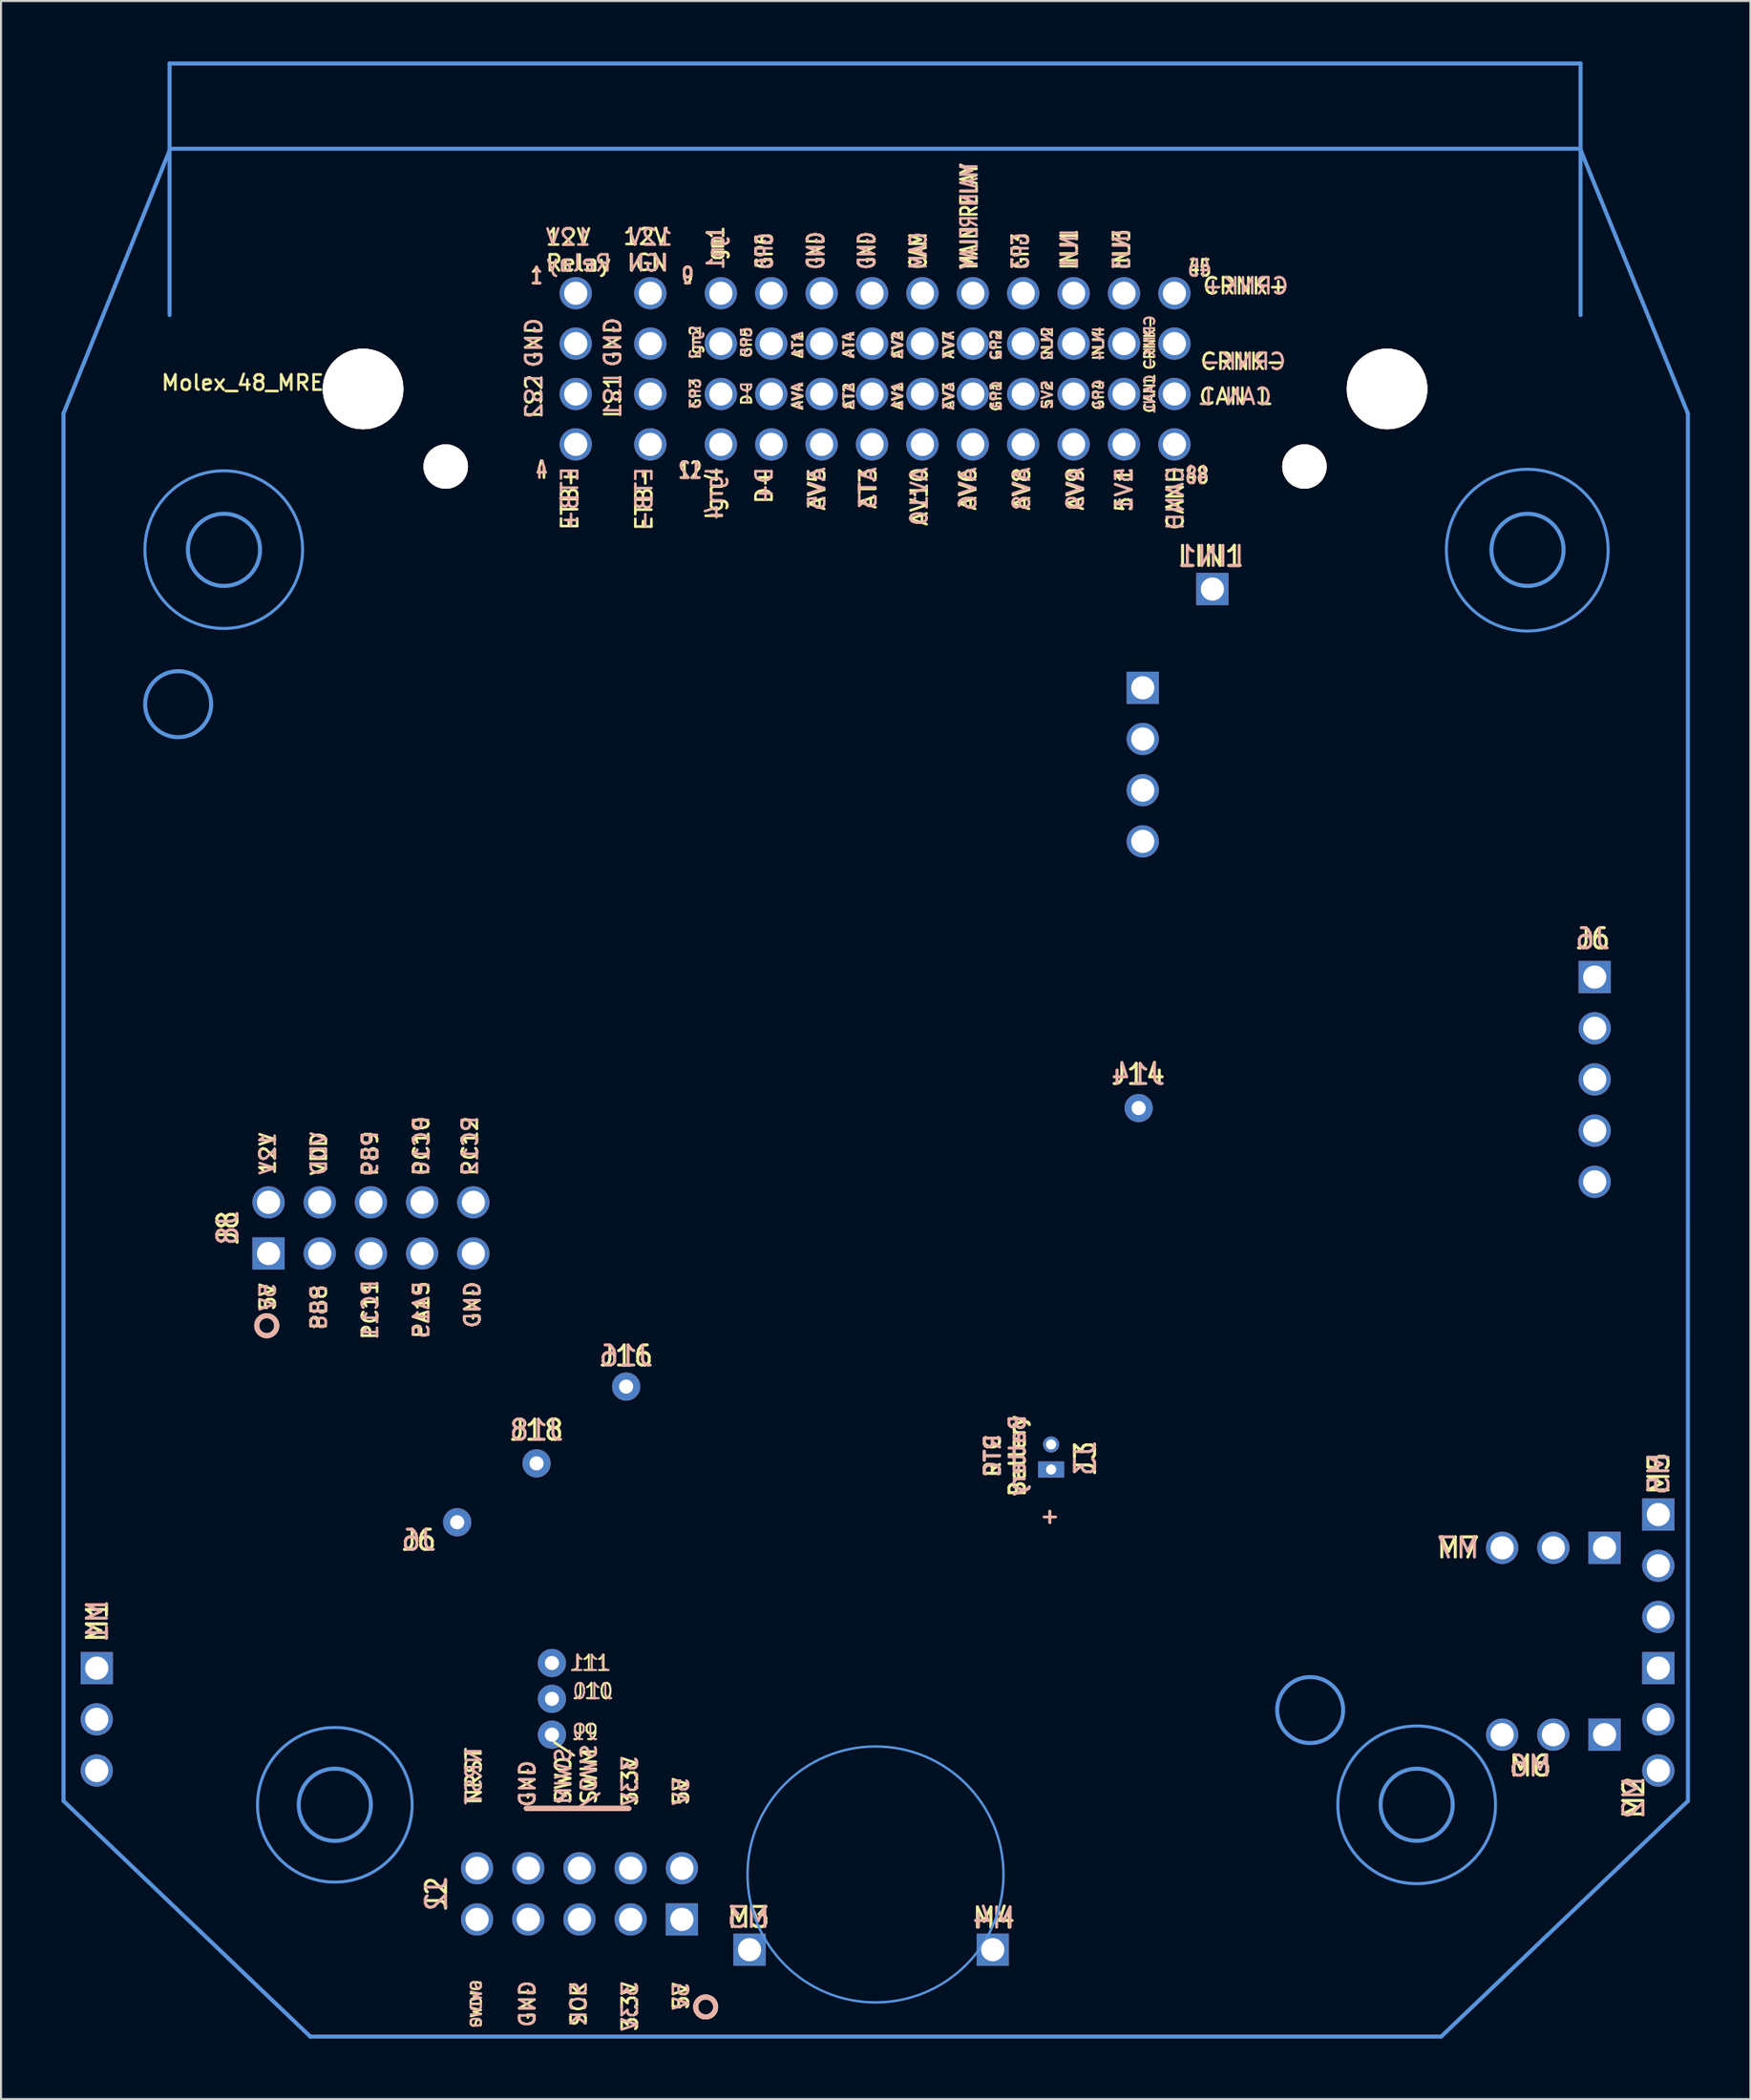
<source format=kicad_pcb>
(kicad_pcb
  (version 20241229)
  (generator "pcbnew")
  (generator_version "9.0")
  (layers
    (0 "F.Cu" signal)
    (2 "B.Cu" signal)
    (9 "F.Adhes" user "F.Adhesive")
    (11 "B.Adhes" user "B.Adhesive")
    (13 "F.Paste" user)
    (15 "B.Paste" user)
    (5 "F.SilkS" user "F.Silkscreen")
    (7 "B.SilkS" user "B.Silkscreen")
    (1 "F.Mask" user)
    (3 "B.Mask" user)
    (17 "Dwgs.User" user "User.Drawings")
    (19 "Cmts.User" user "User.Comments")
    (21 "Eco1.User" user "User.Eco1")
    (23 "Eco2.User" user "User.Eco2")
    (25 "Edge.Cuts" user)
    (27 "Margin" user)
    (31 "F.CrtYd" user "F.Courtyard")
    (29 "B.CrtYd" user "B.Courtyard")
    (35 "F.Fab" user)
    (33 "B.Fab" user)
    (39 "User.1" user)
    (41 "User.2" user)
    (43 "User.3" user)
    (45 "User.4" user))
  (footprint "Molex_48_MRE"
    (layer "F.Cu")
    (at 25.474 11.497)
    (property "Reference" "Molex_48_MRE" (at -16.485 4.445 0) (layer "F.SilkS") (effects (font (size 0.75 0.75) (thickness 0.13))))
    (attr through_hole)
    (fp_line (start -2.413 75.184) (end 2.667 75.184) (stroke (width 0.254) (type solid)) (layer "F.SilkS"))
    (fp_circle (center -15.291 51.232) (end -14.973 51.613) (stroke (width 0.25) (type solid)) (fill no) (layer "F.SilkS"))
    (fp_circle (center 6.485 85.037) (end 6.802 85.418) (stroke (width 0.25) (type solid)) (fill no) (layer "F.SilkS"))
    (fp_line (start -2.413 75.184) (end 2.667 75.184) (stroke (width 0.254) (type solid)) (layer "B.SilkS"))
    (fp_circle (center -15.291 51.232) (end -14.795 51.232) (stroke (width 0.25) (type solid)) (fill no) (layer "B.SilkS"))
    (fp_circle (center 6.485 85.037) (end 6.981 85.037) (stroke (width 0.25) (type solid)) (fill no) (layer "B.SilkS"))
    (fp_line (start -25.374 5.973) (end -25.372 74.816) (stroke (width 0.2) (type solid)) (layer "Cmts.User"))
    (fp_line (start -25.374 5.973) (end -20.078 -7.166) (stroke (width 0.2) (type solid)) (layer "Cmts.User"))
    (fp_line (start -20.111 -11.397) (end -20.111 1.086) (stroke (width 0.2) (type solid)) (layer "Cmts.User"))
    (fp_line (start -20.078 -7.166) (end 49.867 -7.166) (stroke (width 0.2) (type solid)) (layer "Cmts.User"))
    (fp_line (start -13.129 86.507) (end -25.372 74.816) (stroke (width 0.2) (type solid)) (layer "Cmts.User"))
    (fp_line (start -13.129 86.507) (end 42.973 86.507) (stroke (width 0.2) (type solid)) (layer "Cmts.User"))
    (fp_line (start 49.867 -7.166) (end 55.214 5.973) (stroke (width 0.2) (type solid)) (layer "Cmts.User"))
    (fp_line (start 49.889 -11.397) (end -20.111 -11.397) (stroke (width 0.2) (type solid)) (layer "Cmts.User"))
    (fp_line (start 49.889 -11.397) (end 49.889 1.086) (stroke (width 0.2) (type solid)) (layer "Cmts.User"))
    (fp_line (start 55.214 5.973) (end 55.216 74.816) (stroke (width 0.2) (type solid)) (layer "Cmts.User"))
    (fp_line (start 55.216 74.816) (end 42.973 86.507) (stroke (width 0.2) (type solid)) (layer "Cmts.User"))
    (fp_circle (center -19.686 20.394) (end -18.048 20.394) (stroke (width 0.2) (type solid)) (fill no) (layer "Cmts.User"))
    (fp_circle (center -17.424 12.725) (end -13.513 12.725) (stroke (width 0.15) (type solid)) (fill no) (layer "Cmts.User"))
    (fp_circle (center -17.413 12.736) (end -15.622 12.736) (stroke (width 0.2) (type solid)) (fill no) (layer "Cmts.User"))
    (fp_circle (center -11.914 75.004) (end -10.123 75.004) (stroke (width 0.2) (type solid)) (fill no) (layer "Cmts.User"))
    (fp_circle (center -11.913 75.006) (end -15.748 75.006) (stroke (width 0.15) (type solid)) (fill no) (layer "Cmts.User"))
    (fp_circle (center 14.91 78.461) (end 21.26 78.461) (stroke (width 0.12) (type solid)) (fill no) (layer "Cmts.User"))
    (fp_circle (center 36.474 70.305) (end 38.112 70.305) (stroke (width 0.2) (type solid)) (fill no) (layer "Cmts.User"))
    (fp_circle (center 41.757 75.004) (end 43.547 75.004) (stroke (width 0.2) (type solid)) (fill no) (layer "Cmts.User"))
    (fp_circle (center 41.758 75.006) (end 37.846 75.006) (stroke (width 0.15) (type solid)) (fill no) (layer "Cmts.User"))
    (fp_circle (center 47.244 12.751) (end 51.257 12.751) (stroke (width 0.15) (type solid)) (fill no) (layer "Cmts.User"))
    (fp_circle (center 47.256 12.736) (end 49.046 12.736) (stroke (width 0.2) (type solid)) (fill no) (layer "Cmts.User"))
    (fp_text user "12V\nIGN" (at 4.699 -2.159 0) (layer "F.SilkS") (effects (font (size 0.8 0.8) (thickness 0.13)) (justify right)))
    (fp_text user "GND" (at 11.953 -1.113 90) (layer "F.SilkS") (effects (font (size 0.8 0.6) (thickness 0.13)) (justify left)))
    (fp_text user "SWDIO" (at -4.895 84.884 270) (layer "F.SilkS") (effects (font (size 0.508 0.508) (thickness 0.102))))
    (fp_text user "GND" (at 1.88 2.438 90) (layer "F.SilkS") (effects (font (size 0.8 0.8) (thickness 0.127))))
    (fp_text user "45" (at 30.988 -1.245 0) (layer "F.SilkS") (effects (font (size 0.8 0.6) (thickness 0.13))))
    (fp_text user "5V2" (at 23.431 5.042 90) (layer "F.SilkS") (effects (font (size 0.508 0.508) (thickness 0.102))))
    (fp_text user "INJ3" (at 27.126 -1.113 90) (layer "F.SilkS") (effects (font (size 0.8 0.6) (thickness 0.13)) (justify left)))
    (fp_text user "J9" (at 0.508 71.399 0) (layer "F.SilkS") (effects (font (size 0.762 0.762) (thickness 0.102))))
    (fp_text user "INJ4" (at 25.971 2.502 90) (layer "F.SilkS") (effects (font (size 0.508 0.508) (thickness 0.102))))
    (fp_text user "SWO/" (at -0.577 73.406 270) (layer "F.SilkS") (effects (font (size 0.75 0.75) (thickness 0.13))))
    (fp_text user "GND" (at -2.355 73.962 270) (layer "F.SilkS") (effects (font (size 0.75 0.75) (thickness 0.13))))
    (fp_text user "GP1" (at 20.892 5.105 90) (layer "F.SilkS") (effects (font (size 0.508 0.508) (thickness 0.102))))
    (fp_text user "INJ1" (at 24.526 -1.113 90) (layer "F.SilkS") (effects (font (size 0.8 0.6) (thickness 0.13)) (justify left)))
    (fp_text user "CANH" (at 29.782 8.508 90) (layer "F.SilkS") (effects (font (size 0.8 0.8) (thickness 0.13)) (justify right)))
    (fp_text user "Ign1" (at 6.985 -1.27 90) (layer "F.SilkS") (effects (font (size 0.8 0.6) (thickness 0.13)) (justify left)))
    (fp_text user "J6" (at -7.747 61.874 0) (layer "F.SilkS") (effects (font (size 1 1) (thickness 0.15))))
    (fp_text user "AT2" (at 13.589 5.105 90) (layer "F.SilkS") (effects (font (size 0.508 0.508) (thickness 0.102))))
    (fp_text user "GP2" (at 20.892 2.565 90) (layer "F.SilkS") (effects (font (size 0.508 0.508) (thickness 0.102))))
    (fp_text user "RTC\nBattery\n" (at 21.336 57.683 90) (layer "F.SilkS") (effects (font (size 0.762 0.762) (thickness 0.152))))
    (fp_text user "AT3" (at 14.541 8.558 90) (layer "F.SilkS") (effects (font (size 0.8 0.8) (thickness 0.13)) (justify right)))
    (fp_text user "M5" (at 53.772 58.572 90) (layer "F.SilkS") (effects (font (size 1 1) (thickness 0.15))))
    (fp_text user "GND" (at 14.478 -1.113 90) (layer "F.SilkS") (effects (font (size 0.8 0.6) (thickness 0.13)) (justify left)))
    (fp_text user "J8" (at -17.221 46.38 90) (layer "F.SilkS") (effects (font (size 1 1) (thickness 0.15))))
    (fp_text user "J6" (at 50.495 32.029 0) (layer "F.SilkS") (effects (font (size 1 1) (thickness 0.15))))
    (fp_text user "CAN L" (at 32.766 5.127 0) (layer "F.SilkS") (effects (font (size 0.8 0.8) (thickness 0.13))))
    (fp_text user "ETB+" (at -0.254 10.185 90) (layer "F.SilkS") (effects (font (size 0.8 0.8) (thickness 0.13))))
    (fp_text user "PB8" (at -12.7 50.317 270) (layer "F.SilkS") (effects (font (size 0.75 0.75) (thickness 0.13))))
    (fp_text user "M1" (at -23.698 65.888 90) (layer "F.SilkS") (effects (font (size 1 1) (thickness 0.15))))
    (fp_text user "INJ2" (at 23.431 2.502 90) (layer "F.SilkS") (effects (font (size 0.508 0.508) (thickness 0.102))))
    (fp_text user "9" (at 5.588 -0.864 0) (layer "F.SilkS") (effects (font (size 0.8 0.6) (thickness 0.13))))
    (fp_text user "AT1" (at 11.049 2.565 90) (layer "F.SilkS") (effects (font (size 0.508 0.508) (thickness 0.102))))
    (fp_text user "AV3" (at 18.542 5.105 90) (layer "F.SilkS") (effects (font (size 0.508 0.508) (thickness 0.102))))
    (fp_text user "GND" (at -5.08 50.19 270) (layer "F.SilkS") (effects (font (size 0.75 0.75) (thickness 0.13))))
    (fp_text user "GND" (at -2.355 84.884 270) (layer "F.SilkS") (effects (font (size 0.75 0.75) (thickness 0.13))))
    (fp_text user "PA15" (at -7.62 50.444 270) (layer "F.SilkS") (effects (font (size 0.75 0.75) (thickness 0.13))))
    (fp_text user "J11" (at 0.762 67.97 0) (layer "F.SilkS") (effects (font (size 0.762 0.762) (thickness 0.102))))
    (fp_text user "AV6" (at 19.494 8.558 90) (layer "F.SilkS") (effects (font (size 0.8 0.8) (thickness 0.13)) (justify right)))
    (fp_text user "Ign4" (at 6.921 8.558 90) (layer "F.SilkS") (effects (font (size 0.8 0.8) (thickness 0.13)) (justify right)))
    (fp_text user "J18" (at -1.905 56.413 0) (layer "F.SilkS") (effects (font (size 1 1) (thickness 0.15))))
    (fp_text user "GP6" (at 9.398 -1.113 90) (layer "F.SilkS") (effects (font (size 0.8 0.6) (thickness 0.13)) (justify left)))
    (fp_text user "GP3" (at 5.969 4.978 90) (layer "F.SilkS") (effects (font (size 0.508 0.508) (thickness 0.102))))
    (fp_text user "AV4" (at 11.049 5.105 90) (layer "F.SilkS") (effects (font (size 0.508 0.508) (thickness 0.102))))
    (fp_text user "SWIM" (at 0.693 73.581 270) (layer "F.SilkS") (effects (font (size 0.75 0.75) (thickness 0.13))))
    (fp_text user "CRNK-" (at 33.147 3.391 0) (layer "F.SilkS") (effects (font (size 0.8 0.8) (thickness 0.13))))
    (fp_text user "J3" (at 25.324 57.81 90) (layer "F.SilkS") (effects (font (size 1 1) (thickness 0.15))))
    (fp_text user "GP3" (at 22.098 -1.113 90) (layer "F.SilkS") (effects (font (size 0.8 0.6) (thickness 0.13)) (justify left)))
    (fp_text user "CAM" (at 17.033 -1.113 90) (layer "F.SilkS") (effects (font (size 0.8 0.6) (thickness 0.13)) (justify left)))
    (fp_text user "Ign2" (at 5.969 2.438 90) (layer "F.SilkS") (effects (font (size 0.508 0.508) (thickness 0.102))))
    (fp_text user "D+" (at 9.389 8.558 90) (layer "F.SilkS") (effects (font (size 0.8 0.8) (thickness 0.13)) (justify right)))
    (fp_text user "48" (at 30.861 9.042 0) (layer "F.SilkS") (effects (font (size 0.8 0.6) (thickness 0.13))))
    (fp_text user "SCK" (at 0.185 84.884 270) (layer "F.SilkS") (effects (font (size 0.75 0.75) (thickness 0.13))))
    (fp_text user "GND" (at -2.032 2.46 90) (layer "F.SilkS") (effects (font (size 0.8 0.8) (thickness 0.13))))
    (fp_text user "ETB-" (at 3.429 8.558 90) (layer "F.SilkS") (effects (font (size 0.8 0.8) (thickness 0.13)) (justify right)))
    (fp_text user "PC11" (at -10.16 50.444 270) (layer "F.SilkS") (effects (font (size 0.75 0.75) (thickness 0.13))))
    (fp_text user "4" (at -1.651 8.788 0) (layer "F.SilkS") (effects (font (size 0.8 0.6) (thickness 0.13))))
    (fp_text user "LS2" (at -2.032 5.127 90) (layer "F.SilkS") (effects (font (size 0.8 0.8) (thickness 0.13))))
    (fp_text user "AT4" (at 13.589 2.565 90) (layer "F.SilkS") (effects (font (size 0.508 0.508) (thickness 0.102))))
    (fp_text user "MAIN RELAY" (at 19.558 -1.113 90) (layer "F.SilkS") (effects (font (size 0.8 0.6) (thickness 0.13)) (justify left)))
    (fp_text user "PB9" (at -10.16 42.697 270) (layer "F.SilkS") (effects (font (size 0.75 0.75) (thickness 0.13))))
    (fp_text user "5V1" (at 27.241 8.558 90) (layer "F.SilkS") (effects (font (size 0.8 0.8) (thickness 0.13)) (justify right)))
    (fp_text user "CRNK-" (at 28.512 2.451 90) (layer "F.SilkS") (effects (font (size 0.508 0.508) (thickness 0.102))))
    (fp_text user "12" (at 5.715 8.788 0) (layer "F.SilkS") (effects (font (size 0.8 0.6) (thickness 0.13))))
    (fp_text user "3.3V" (at 2.725 85.011 270) (layer "F.SilkS") (effects (font (size 0.75 0.75) (thickness 0.13))))
    (fp_text user "J10" (at 0.889 69.367 0) (layer "F.SilkS") (effects (font (size 0.762 0.762) (thickness 0.102))))
    (fp_text user "M3" (at 8.611 80.594 0) (layer "F.SilkS") (effects (font (size 1 1) (thickness 0.15))))
    (fp_text user "AV9" (at 24.828 8.558 90) (layer "F.SilkS") (effects (font (size 0.8 0.8) (thickness 0.13)) (justify right)))
    (fp_text user "5V" (at 5.265 74.343 270) (layer "F.SilkS") (effects (font (size 0.75 0.75) (thickness 0.13))))
    (fp_text user "PC10" (at -7.62 42.316 270) (layer "F.SilkS") (effects (font (size 0.75 0.75) (thickness 0.13))))
    (fp_text user "12V\nRelay" (at -1.524 -2.134 0) (layer "F.SilkS") (effects (font (size 0.8 0.8) (thickness 0.13)) (justify left)))
    (fp_text user "J14" (at 27.94 38.76 0) (layer "F.SilkS") (effects (font (size 1 1) (thickness 0.15))))
    (fp_text user "3.3V" (at 2.725 73.835 270) (layer "F.SilkS") (effects (font (size 0.75 0.75) (thickness 0.13))))
    (fp_text user "M6" (at 47.396 73.076 0) (layer "F.SilkS") (effects (font (size 1 1) (thickness 0.15))))
    (fp_text user "D-" (at 8.509 4.978 90) (layer "F.SilkS") (effects (font (size 0.508 0.508) (thickness 0.102))))
    (fp_text user "5V" (at -15.24 49.809 270) (layer "F.SilkS") (effects (font (size 0.75 0.75) (thickness 0.13))))
    (fp_text user "J2" (at -6.876 79.423 90) (layer "F.SilkS") (effects (font (size 1 1) (thickness 0.15))))
    (fp_text user "CANL" (at 28.512 4.991 90) (layer "F.SilkS") (effects (font (size 0.508 0.508) (thickness 0.102))))
    (fp_text user "GP4" (at 25.971 5.042 90) (layer "F.SilkS") (effects (font (size 0.508 0.508) (thickness 0.102))))
    (fp_text user "AV5" (at 12.002 8.558 90) (layer "F.SilkS") (effects (font (size 0.8 0.8) (thickness 0.13)) (justify right)))
    (fp_text user "+" (at 23.558 60.668 0) (layer "F.SilkS") (effects (font (size 0.75 0.75) (thickness 0.13))))
    (fp_text user "M2" (at 52.527 74.651 90) (layer "F.SilkS") (effects (font (size 1 1) (thickness 0.15))))
    (fp_text user "12V" (at -15.24 42.697 270) (layer "F.SilkS") (effects (font (size 0.75 0.75) (thickness 0.13))))
    (fp_text user "AV8" (at 22.162 8.558 90) (layer "F.SilkS") (effects (font (size 0.8 0.8) (thickness 0.13)) (justify right)))
    (fp_text user "VDD" (at -12.7 42.697 270) (layer "F.SilkS") (effects (font (size 0.75 0.75) (thickness 0.13))))
    (fp_text user "M4" (at 20.777 80.62 0) (layer "F.SilkS") (effects (font (size 1 1) (thickness 0.15))))
    (fp_text user "AV7" (at 18.542 2.565 90) (layer "F.SilkS") (effects (font (size 0.508 0.508) (thickness 0.102))))
    (fp_text user "M7" (at 43.815 62.255 0) (layer "F.SilkS") (effects (font (size 1 1) (thickness 0.15))))
    (fp_text user "AV10" (at 17.081 8.558 90) (layer "F.SilkS") (effects (font (size 0.8 0.8) (thickness 0.13)) (justify right)))
    (fp_text user "AV2" (at 16.002 2.565 90) (layer "F.SilkS") (effects (font (size 0.508 0.508) (thickness 0.102))))
    (fp_text user "J16" (at 2.54 52.73 0) (layer "F.SilkS") (effects (font (size 1 1) (thickness 0.15))))
    (fp_text user "GP5" (at 8.509 2.438 90) (layer "F.SilkS") (effects (font (size 0.508 0.508) (thickness 0.102))))
    (fp_text user "1" (at -1.905 -0.864 0) (layer "F.SilkS") (effects (font (size 0.8 0.6) (thickness 0.13))))
    (fp_text user "AV1" (at 16.002 5.105 90) (layer "F.SilkS") (effects (font (size 0.508 0.508) (thickness 0.102))))
    (fp_text user "LS1" (at 1.88 5.105 90) (layer "F.SilkS") (effects (font (size 0.8 0.8) (thickness 0.127))))
    (fp_text user "LIN1" (at 31.547 13.056 0) (layer "F.SilkS") (effects (font (size 1 1) (thickness 0.15))))
    (fp_text user "NRST" (at -5.022 73.581 270) (layer "F.SilkS") (effects (font (size 0.75 0.75) (thickness 0.13))))
    (fp_text user "PC12" (at -5.207 42.316 270) (layer "F.SilkS") (effects (font (size 0.75 0.75) (thickness 0.13))))
    (fp_text user "CRNK+" (at 33.274 -0.356 0) (layer "F.SilkS") (effects (font (size 0.8 0.8) (thickness 0.13))))
    (fp_text user "5V" (at 5.265 84.503 270) (layer "F.SilkS") (effects (font (size 0.75 0.75) (thickness 0.13))))
    (fp_text user "M6" (at 47.396 73.076 0) (layer "B.SilkS") (effects (font (size 1 1) (thickness 0.15)) (justify mirror)))
    (fp_text user "AV4" (at 11.049 5.105 90) (layer "B.SilkS") (effects (font (size 0.508 0.508) (thickness 0.102)) (justify mirror)))
    (fp_text user "Ign2" (at 5.969 2.438 90) (layer "B.SilkS") (effects (font (size 0.508 0.508) (thickness 0.102)) (justify mirror)))
    (fp_text user "12V\nRelay" (at -1.524 -2.134 0) (layer "B.SilkS") (effects (font (size 0.8 0.8) (thickness 0.13)) (justify right mirror)))
    (fp_text user "MAIN RELAY" (at 19.558 -1.113 90) (layer "B.SilkS") (effects (font (size 0.8 0.6) (thickness 0.13)) (justify right mirror)))
    (fp_text user "Ign4" (at 6.921 8.558 90) (layer "B.SilkS") (effects (font (size 0.8 0.8) (thickness 0.13)) (justify left mirror)))
    (fp_text user "INJ4" (at 25.971 2.502 90) (layer "B.SilkS") (effects (font (size 0.508 0.508) (thickness 0.102)) (justify mirror)))
    (fp_text user "AV5" (at 12.002 8.558 90) (layer "B.SilkS") (effects (font (size 0.8 0.8) (thickness 0.13)) (justify left mirror)))
    (fp_text user "D-" (at 8.509 4.978 90) (layer "B.SilkS") (effects (font (size 0.508 0.508) (thickness 0.102)) (justify mirror)))
    (fp_text user "RTC\nBattery\n" (at 21.336 57.683 90) (layer "B.SilkS") (effects (font (size 0.762 0.762) (thickness 0.152)) (justify mirror)))
    (fp_text user "INJ2" (at 23.431 2.502 90) (layer "B.SilkS") (effects (font (size 0.508 0.508) (thickness 0.102)) (justify mirror)))
    (fp_text user "5V2" (at 23.431 5.042 90) (layer "B.SilkS") (effects (font (size 0.508 0.508) (thickness 0.102)) (justify mirror)))
    (fp_text user "INJ1" (at 24.526 -1.113 90) (layer "B.SilkS") (effects (font (size 0.8 0.6) (thickness 0.13)) (justify right mirror)))
    (fp_text user "PC10" (at -7.62 42.316 270) (layer "B.SilkS") (effects (font (size 0.75 0.75) (thickness 0.13)) (justify mirror)))
    (fp_text user "CAM" (at 17.033 -1.113 90) (layer "B.SilkS") (effects (font (size 0.8 0.6) (thickness 0.13)) (justify right mirror)))
    (fp_text user "AT4" (at 13.589 2.565 90) (layer "B.SilkS") (effects (font (size 0.508 0.508) (thickness 0.102)) (justify mirror)))
    (fp_text user "GND" (at 14.478 -1.113 90) (layer "B.SilkS") (effects (font (size 0.8 0.6) (thickness 0.13)) (justify right mirror)))
    (fp_text user "SWDIO" (at -4.895 84.884 270) (layer "B.SilkS") (effects (font (size 0.508 0.508) (thickness 0.102)) (justify mirror)))
    (fp_text user "5V" (at 5.265 74.343 270) (layer "B.SilkS") (effects (font (size 0.75 0.75) (thickness 0.13)) (justify mirror)))
    (fp_text user "M7" (at 43.815 62.255 0) (layer "B.SilkS") (effects (font (size 1 1) (thickness 0.15)) (justify mirror)))
    (fp_text user "GND" (at -2.032 2.46 90) (layer "B.SilkS") (effects (font (size 0.8 0.8) (thickness 0.13)) (justify mirror)))
    (fp_text user "LS2" (at -2.032 5.127 90) (layer "B.SilkS") (effects (font (size 0.8 0.8) (thickness 0.13)) (justify mirror)))
    (fp_text user "J18" (at -1.905 56.413 0) (layer "B.SilkS") (effects (font (size 1 1) (thickness 0.15)) (justify mirror)))
    (fp_text user "PB9" (at -10.16 42.697 270) (layer "B.SilkS") (effects (font (size 0.75 0.75) (thickness 0.13)) (justify mirror)))
    (fp_text user "PA15" (at -7.62 50.444 270) (layer "B.SilkS") (effects (font (size 0.75 0.75) (thickness 0.13)) (justify mirror)))
    (fp_text user "AV8" (at 22.162 8.558 90) (layer "B.SilkS") (effects (font (size 0.8 0.8) (thickness 0.13)) (justify left mirror)))
    (fp_text user "M3" (at 8.611 80.594 0) (layer "B.SilkS") (effects (font (size 1 1) (thickness 0.15)) (justify mirror)))
    (fp_text user "CANL" (at 28.512 4.991 90) (layer "B.SilkS") (effects (font (size 0.508 0.508) (thickness 0.102)) (justify mirror)))
    (fp_text user "9" (at 5.588 -0.864 0) (layer "B.SilkS") (effects (font (size 0.8 0.6) (thickness 0.13)) (justify mirror)))
    (fp_text user "GP2" (at 20.892 2.565 90) (layer "B.SilkS") (effects (font (size 0.508 0.508) (thickness 0.102)) (justify mirror)))
    (fp_text user "48" (at 30.861 9.042 0) (layer "B.SilkS") (effects (font (size 0.8 0.6) (thickness 0.13)) (justify mirror)))
    (fp_text user "J8" (at -17.221 46.38 90) (layer "B.SilkS") (effects (font (size 1 1) (thickness 0.15)) (justify mirror)))
    (fp_text user "5V" (at 5.265 84.503 270) (layer "B.SilkS") (effects (font (size 0.75 0.75) (thickness 0.13)) (justify mirror)))
    (fp_text user "PB8" (at -12.7 50.317 270) (layer "B.SilkS") (effects (font (size 0.75 0.75) (thickness 0.13)) (justify mirror)))
    (fp_text user "VDD" (at -12.7 42.697 270) (layer "B.SilkS") (effects (font (size 0.75 0.75) (thickness 0.13)) (justify mirror)))
    (fp_text user "D+" (at 9.389 8.558 90) (layer "B.SilkS") (effects (font (size 0.8 0.8) (thickness 0.13)) (justify left mirror)))
    (fp_text user "5V1" (at 27.241 8.558 90) (layer "B.SilkS") (effects (font (size 0.8 0.8) (thickness 0.13)) (justify left mirror)))
    (fp_text user "+" (at 23.558 60.668 0) (layer "B.SilkS") (effects (font (size 0.75 0.75) (thickness 0.13)) (justify mirror)))
    (fp_text user "GP1" (at 20.892 5.105 90) (layer "B.SilkS") (effects (font (size 0.508 0.508) (thickness 0.102)) (justify mirror)))
    (fp_text user "J2" (at -6.876 79.423 90) (layer "B.SilkS") (effects (font (size 1 1) (thickness 0.15)) (justify mirror)))
    (fp_text user "AV9" (at 24.828 8.558 90) (layer "B.SilkS") (effects (font (size 0.8 0.8) (thickness 0.13)) (justify left mirror)))
    (fp_text user "45" (at 30.988 -1.245 0) (layer "B.SilkS") (effects (font (size 0.8 0.6) (thickness 0.13)) (justify mirror)))
    (fp_text user "J16" (at 2.54 52.73 0) (layer "B.SilkS") (effects (font (size 1 1) (thickness 0.15)) (justify mirror)))
    (fp_text user "SWO/" (at 0.693 73.581 270) (layer "B.SilkS") (effects (font (size 0.75 0.75) (thickness 0.13)) (justify mirror)))
    (fp_text user "SWIM" (at -0.577 73.581 270) (layer "B.SilkS") (effects (font (size 0.75 0.75) (thickness 0.13)) (justify mirror)))
    (fp_text user "M1" (at -23.698 65.888 90) (layer "B.SilkS") (effects (font (size 1 1) (thickness 0.15)) (justify mirror)))
    (fp_text user "CRNK-" (at 33.147 3.391 0) (layer "B.SilkS") (effects (font (size 0.8 0.8) (thickness 0.13)) (justify mirror)))
    (fp_text user "J6" (at 50.495 32.029 0) (layer "B.SilkS") (effects (font (size 1 1) (thickness 0.15)) (justify mirror)))
    (fp_text user "AT1" (at 11.049 2.565 90) (layer "B.SilkS") (effects (font (size 0.508 0.508) (thickness 0.102)) (justify mirror)))
    (fp_text user "M5" (at 53.772 58.572 90) (layer "B.SilkS") (effects (font (size 1 1) (thickness 0.15)) (justify mirror)))
    (fp_text user "J3" (at 25.324 57.81 90) (layer "B.SilkS") (effects (font (size 1 1) (thickness 0.15)) (justify mirror)))
    (fp_text user "J10" (at 0.889 69.367 0) (layer "B.SilkS") (effects (font (size 0.762 0.762) (thickness 0.102)) (justify mirror)))
    (fp_text user "GND" (at 11.953 -1.113 90) (layer "B.SilkS") (effects (font (size 0.8 0.6) (thickness 0.13)) (justify right mirror)))
    (fp_text user "PC12" (at -5.207 42.316 270) (layer "B.SilkS") (effects (font (size 0.75 0.75) (thickness 0.13)) (justify mirror)))
    (fp_text user "AV3" (at 18.542 5.105 90) (layer "B.SilkS") (effects (font (size 0.508 0.508) (thickness 0.102)) (justify mirror)))
    (fp_text user "1" (at -1.905 -0.864 0) (layer "B.SilkS") (effects (font (size 0.8 0.6) (thickness 0.13)) (justify mirror)))
    (fp_text user "GP3" (at 5.969 4.978 90) (layer "B.SilkS") (effects (font (size 0.508 0.508) (thickness 0.102)) (justify mirror)))
    (fp_text user "INJ3" (at 27.126 -1.113 90) (layer "B.SilkS") (effects (font (size 0.8 0.6) (thickness 0.13)) (justify right mirror)))
    (fp_text user "CAN L" (at 32.766 5.127 0) (layer "B.SilkS") (effects (font (size 0.8 0.8) (thickness 0.13)) (justify mirror)))
    (fp_text user "J14" (at 27.94 38.76 0) (layer "B.SilkS") (effects (font (size 1 1) (thickness 0.15)) (justify mirror)))
    (fp_text user "GP6" (at 9.398 -1.113 90) (layer "B.SilkS") (effects (font (size 0.8 0.6) (thickness 0.13)) (justify right mirror)))
    (fp_text user "12" (at 5.715 8.788 0) (layer "B.SilkS") (effects (font (size 0.8 0.6) (thickness 0.13)) (justify mirror)))
    (fp_text user "GP3" (at 22.098 -1.113 90) (layer "B.SilkS") (effects (font (size 0.8 0.6) (thickness 0.13)) (justify right mirror)))
    (fp_text user "GND" (at -2.355 73.962 270) (layer "B.SilkS") (effects (font (size 0.75 0.75) (thickness 0.13)) (justify mirror)))
    (fp_text user "LS1" (at 1.88 5.105 90) (layer "B.SilkS") (effects (font (size 0.8 0.8) (thickness 0.127)) (justify mirror)))
    (fp_text user "J11" (at 0.762 67.97 0) (layer "B.SilkS") (effects (font (size 0.762 0.762) (thickness 0.102)) (justify mirror)))
    (fp_text user "CANH" (at 29.782 8.508 90) (layer "B.SilkS") (effects (font (size 0.8 0.8) (thickness 0.13)) (justify left mirror)))
    (fp_text user "12V" (at -15.24 42.697 270) (layer "B.SilkS") (effects (font (size 0.75 0.75) (thickness 0.13)) (justify mirror)))
    (fp_text user "J6" (at -7.747 61.874 0) (layer "B.SilkS") (effects (font (size 1 1) (thickness 0.15)) (justify mirror)))
    (fp_text user "AV7" (at 18.542 2.565 90) (layer "B.SilkS") (effects (font (size 0.508 0.508) (thickness 0.102)) (justify mirror)))
    (fp_text user "GND" (at 1.88 2.438 90) (layer "B.SilkS") (effects (font (size 0.8 0.8) (thickness 0.127)) (justify mirror)))
    (fp_text user "5V" (at -15.24 49.809 270) (layer "B.SilkS") (effects (font (size 0.75 0.75) (thickness 0.13)) (justify mirror)))
    (fp_text user "ETB-" (at 3.429 8.558 90) (layer "B.SilkS") (effects (font (size 0.8 0.8) (thickness 0.13)) (justify left mirror)))
    (fp_text user "AT3" (at 14.541 8.558 90) (layer "B.SilkS") (effects (font (size 0.8 0.8) (thickness 0.13)) (justify left mirror)))
    (fp_text user "Ign1" (at 6.985 -1.113 90) (layer "B.SilkS") (effects (font (size 0.8 0.6) (thickness 0.13)) (justify right mirror)))
    (fp_text user "J9" (at 0.508 71.399 0) (layer "B.SilkS") (effects (font (size 0.762 0.762) (thickness 0.102)) (justify mirror)))
    (fp_text user "NRST" (at -5.022 73.581 270) (layer "B.SilkS") (effects (font (size 0.75 0.75) (thickness 0.13)) (justify mirror)))
    (fp_text user "SCK" (at 0.185 84.884 270) (layer "B.SilkS") (effects (font (size 0.75 0.75) (thickness 0.13)) (justify mirror)))
    (fp_text user "LIN1" (at 31.547 13.056 0) (layer "B.SilkS") (effects (font (size 1 1) (thickness 0.15)) (justify mirror)))
    (fp_text user "AV6" (at 19.494 8.558 90) (layer "B.SilkS") (effects (font (size 0.8 0.8) (thickness 0.13)) (justify left mirror)))
    (fp_text user "3.3V" (at 2.725 73.835 270) (layer "B.SilkS") (effects (font (size 0.75 0.75) (thickness 0.13)) (justify mirror)))
    (fp_text user "AT2" (at 13.589 5.105 90) (layer "B.SilkS") (effects (font (size 0.508 0.508) (thickness 0.102)) (justify mirror)))
    (fp_text user "ETB+" (at -0.254 10.185 90) (layer "B.SilkS") (effects (font (size 0.8 0.8) (thickness 0.13)) (justify mirror)))
    (fp_text user "AV1" (at 16.002 5.105 90) (layer "B.SilkS") (effects (font (size 0.508 0.508) (thickness 0.102)) (justify mirror)))
    (fp_text user "GP4" (at 25.971 5.042 90) (layer "B.SilkS") (effects (font (size 0.508 0.508) (thickness 0.102)) (justify mirror)))
    (fp_text user "AV2" (at 16.002 2.565 90) (layer "B.SilkS") (effects (font (size 0.508 0.508) (thickness 0.102)) (justify mirror)))
    (fp_text user "CRNK+" (at 33.274 -0.356 0) (layer "B.SilkS") (effects (font (size 0.8 0.8) (thickness 0.13)) (justify mirror)))
    (fp_text user "GND" (at -5.08 50.19 270) (layer "B.SilkS") (effects (font (size 0.75 0.75) (thickness 0.13)) (justify mirror)))
    (fp_text user "4" (at -1.651 8.788 0) (layer "B.SilkS") (effects (font (size 0.8 0.6) (thickness 0.13)) (justify mirror)))
    (fp_text user "CRNK-" (at 28.512 2.451 90) (layer "B.SilkS") (effects (font (size 0.508 0.508) (thickness 0.102)) (justify mirror)))
    (fp_text user "GND" (at -2.355 84.884 270) (layer "B.SilkS") (effects (font (size 0.75 0.75) (thickness 0.13)) (justify mirror)))
    (fp_text user "3.3V" (at 2.725 85.011 270) (layer "B.SilkS") (effects (font (size 0.75 0.75) (thickness 0.13)) (justify mirror)))
    (fp_text user "12V\nIGN" (at 2.54 -2.134 0) (layer "B.SilkS") (effects (font (size 0.8 0.8) (thickness 0.13)) (justify right mirror)))
    (fp_text user "M4" (at 20.777 80.62 0) (layer "B.SilkS") (effects (font (size 1 1) (thickness 0.15)) (justify mirror)))
    (fp_text user "GP5" (at 8.509 2.438 90) (layer "B.SilkS") (effects (font (size 0.508 0.508) (thickness 0.102)) (justify mirror)))
    (fp_text user "M2" (at 52.527 74.651 90) (layer "B.SilkS") (effects (font (size 1 1) (thickness 0.15)) (justify mirror)))
    (fp_text user "PC11" (at -10.16 50.444 270) (layer "B.SilkS") (effects (font (size 0.75 0.75) (thickness 0.13)) (justify mirror)))
    (fp_text user "AV10" (at 17.081 8.558 90) (layer "B.SilkS") (effects (font (size 0.8 0.8) (thickness 0.13)) (justify left mirror)))
    (pad "" thru_hole circle (at -10.511 4.753 270) (size 4 4) (drill 4) (layers "*.Cu" "*.Mask" "F.SilkS"))
    (pad "" thru_hole circle (at -6.411 8.603 270) (size 2.2 2.2) (drill 2.2) (layers "*.Cu" "*.Mask" "F.SilkS"))
    (pad "" thru_hole circle (at 36.189 8.603 270) (size 2.2 2.2) (drill 2.2) (layers "*.Cu" "*.Mask" "F.SilkS"))
    (pad "" thru_hole circle (at 40.289 4.753 270) (size 4 4) (drill 4) (layers "*.Cu" "*.Mask" "F.SilkS"))
    (pad "1" thru_hole circle (at 0.039 0.003 270) (size 1.6 1.6) (drill 1.15) (layers "*.Cu" "*.Mask"))
    (pad "2" thru_hole circle (at 0.039 2.503 270) (size 1.6 1.6) (drill 1.15) (layers "*.Cu" "*.Mask"))
    (pad "3" thru_hole circle (at 0.039 5.003 270) (size 1.6 1.6) (drill 1.15) (layers "*.Cu" "*.Mask"))
    (pad "4" thru_hole circle (at 0.039 7.503 270) (size 1.6 1.6) (drill 1.15) (layers "*.Cu" "*.Mask"))
    (pad "5" thru_hole circle (at 3.739 0.003 270) (size 1.6 1.6) (drill 1.15) (layers "*.Cu" "*.Mask"))
    (pad "6" thru_hole circle (at 3.739 2.503 270) (size 1.6 1.6) (drill 1.15) (layers "*.Cu" "*.Mask"))
    (pad "7" thru_hole circle (at 3.739 5.003 270) (size 1.6 1.6) (drill 1.15) (layers "*.Cu" "*.Mask"))
    (pad "8" thru_hole circle (at 3.739 7.503 270) (size 1.6 1.6) (drill 1.15) (layers "*.Cu" "*.Mask"))
    (pad "9" thru_hole circle (at 7.239 0.003 270) (size 1.6 1.6) (drill 1.15) (layers "*.Cu" "*.Mask"))
    (pad "10" thru_hole circle (at 7.239 2.503 270) (size 1.6 1.6) (drill 1.15) (layers "*.Cu" "*.Mask"))
    (pad "11" thru_hole circle (at 7.239 5.003 270) (size 1.6 1.6) (drill 1.15) (layers "*.Cu" "*.Mask"))
    (pad "12" thru_hole circle (at 7.239 7.503 270) (size 1.6 1.6) (drill 1.15) (layers "*.Cu" "*.Mask"))
    (pad "13" thru_hole circle (at 9.739 0.003 270) (size 1.6 1.6) (drill 1.15) (layers "*.Cu" "*.Mask"))
    (pad "14" thru_hole circle (at 9.739 2.503 270) (size 1.6 1.6) (drill 1.15) (layers "*.Cu" "*.Mask"))
    (pad "15" thru_hole circle (at 9.739 5.003 270) (size 1.6 1.6) (drill 1.15) (layers "*.Cu" "*.Mask"))
    (pad "16" thru_hole circle (at 9.739 7.503 270) (size 1.6 1.6) (drill 1.15) (layers "*.Cu" "*.Mask"))
    (pad "17" thru_hole circle (at 12.239 0.003 270) (size 1.6 1.6) (drill 1.15) (layers "*.Cu" "*.Mask"))
    (pad "18" thru_hole circle (at 12.239 2.503 270) (size 1.6 1.6) (drill 1.15) (layers "*.Cu" "*.Mask"))
    (pad "19" thru_hole circle (at 12.239 5.003 270) (size 1.6 1.6) (drill 1.15) (layers "*.Cu" "*.Mask"))
    (pad "20" thru_hole circle (at 12.239 7.503 270) (size 1.6 1.6) (drill 1.15) (layers "*.Cu" "*.Mask"))
    (pad "21" thru_hole circle (at 14.739 0.003 270) (size 1.6 1.6) (drill 1.15) (layers "*.Cu" "*.Mask"))
    (pad "22" thru_hole circle (at 14.739 2.503 270) (size 1.6 1.6) (drill 1.15) (layers "*.Cu" "*.Mask"))
    (pad "23" thru_hole circle (at 14.739 5.003 270) (size 1.6 1.6) (drill 1.15) (layers "*.Cu" "*.Mask"))
    (pad "24" thru_hole circle (at 14.739 7.503 270) (size 1.6 1.6) (drill 1.15) (layers "*.Cu" "*.Mask"))
    (pad "25" thru_hole circle (at 17.239 0.003 270) (size 1.6 1.6) (drill 1.15) (layers "*.Cu" "*.Mask"))
    (pad "26" thru_hole circle (at 17.239 2.503 270) (size 1.6 1.6) (drill 1.15) (layers "*.Cu" "*.Mask"))
    (pad "27" thru_hole circle (at 17.239 5.003 270) (size 1.6 1.6) (drill 1.15) (layers "*.Cu" "*.Mask"))
    (pad "28" thru_hole circle (at 17.239 7.503 270) (size 1.6 1.6) (drill 1.15) (layers "*.Cu" "*.Mask"))
    (pad "29" thru_hole circle (at 19.739 0.003 270) (size 1.6 1.6) (drill 1.15) (layers "*.Cu" "*.Mask"))
    (pad "30" thru_hole circle (at 19.739 2.503 270) (size 1.6 1.6) (drill 1.15) (layers "*.Cu" "*.Mask"))
    (pad "31" thru_hole circle (at 19.739 5.003 270) (size 1.6 1.6) (drill 1.15) (layers "*.Cu" "*.Mask"))
    (pad "32" thru_hole circle (at 19.739 7.503 270) (size 1.6 1.6) (drill 1.15) (layers "*.Cu" "*.Mask"))
    (pad "33" thru_hole circle (at 22.239 0.003 270) (size 1.6 1.6) (drill 1.15) (layers "*.Cu" "*.Mask"))
    (pad "34" thru_hole circle (at 22.239 2.503 270) (size 1.6 1.6) (drill 1.15) (layers "*.Cu" "*.Mask"))
    (pad "35" thru_hole circle (at 22.239 5.003 270) (size 1.6 1.6) (drill 1.15) (layers "*.Cu" "*.Mask"))
    (pad "36" thru_hole circle (at 22.239 7.503 270) (size 1.6 1.6) (drill 1.15) (layers "*.Cu" "*.Mask"))
    (pad "37" thru_hole circle (at 24.739 0.003 270) (size 1.6 1.6) (drill 1.15) (layers "*.Cu" "*.Mask"))
    (pad "38" thru_hole circle (at 24.739 2.503 270) (size 1.6 1.6) (drill 1.15) (layers "*.Cu" "*.Mask"))
    (pad "39" thru_hole circle (at 24.739 5.003 270) (size 1.6 1.6) (drill 1.15) (layers "*.Cu" "*.Mask"))
    (pad "40" thru_hole circle (at 24.739 7.503 270) (size 1.6 1.6) (drill 1.15) (layers "*.Cu" "*.Mask"))
    (pad "41" thru_hole circle (at 27.239 0.003 270) (size 1.6 1.6) (drill 1.15) (layers "*.Cu" "*.Mask"))
    (pad "42" thru_hole circle (at 27.239 2.503 270) (size 1.6 1.6) (drill 1.15) (layers "*.Cu" "*.Mask"))
    (pad "43" thru_hole circle (at 27.239 5.003 270) (size 1.6 1.6) (drill 1.15) (layers "*.Cu" "*.Mask"))
    (pad "44" thru_hole circle (at 27.239 7.503 270) (size 1.6 1.6) (drill 1.15) (layers "*.Cu" "*.Mask"))
    (pad "45" thru_hole circle (at 29.739 0.003 270) (size 1.6 1.6) (drill 1.15) (layers "*.Cu" "*.Mask"))
    (pad "46" thru_hole circle (at 29.739 2.503 270) (size 1.6 1.6) (drill 1.15) (layers "*.Cu" "*.Mask"))
    (pad "47" thru_hole circle (at 29.739 5.003 270) (size 1.6 1.6) (drill 1.15) (layers "*.Cu" "*.Mask"))
    (pad "48" thru_hole circle (at 29.739 7.503 270) (size 1.6 1.6) (drill 1.15) (layers "*.Cu" "*.Mask"))
    (pad "J6" thru_hole circle (at -5.842 60.985 270) (size 1.4 1.4) (drill 0.7) (layers "*.Cu" "*.Mask"))
    (pad "J9" thru_hole circle (at -1.143 71.526 270) (size 1.4 1.4) (drill 0.7) (layers "*.Cu" "*.Mask"))
    (pad "J10" thru_hole circle (at -1.143 69.748 270) (size 1.4 1.4) (drill 0.7) (layers "*.Cu" "*.Mask"))
    (pad "J11" thru_hole circle (at -1.143 67.97 270) (size 1.4 1.4) (drill 0.7) (layers "*.Cu" "*.Mask"))
    (pad "J14" thru_hole circle (at 27.965 40.434 270) (size 1.4 1.4) (drill 0.7) (layers "*.Cu" "*.Mask"))
    (pad "J16" thru_hole circle (at 2.54 54.254 270) (size 1.4 1.4) (drill 0.7) (layers "*.Cu" "*.Mask"))
    (pad "J18" thru_hole circle (at -1.905 58.064 270) (size 1.4 1.4) (drill 0.7) (layers "*.Cu" "*.Mask"))
    (pad "J31" thru_hole rect (at 23.622 58.369 270) (size 0.8 1.3) (drill 0.5) (layers "*.Cu" "*.Mask"))
    (pad "J32" thru_hole circle (at 23.622 57.125 270) (size 0.8 0.8) (drill 0.5) (layers "*.Cu" "*.Mask"))
    (pad "J51" thru_hole rect (at 28.169 19.581 270) (size 1.6 1.6) (drill 1.15) (layers "*.Cu" "*.Mask"))
    (pad "J52" thru_hole circle (at 28.169 22.121 270) (size 1.6 1.6) (drill 1.15) (layers "*.Cu" "*.Mask"))
    (pad "J53" thru_hole circle (at 28.169 24.661 270) (size 1.6 1.6) (drill 1.15) (layers "*.Cu" "*.Mask"))
    (pad "J54" thru_hole circle (at 28.169 27.201 270) (size 1.6 1.6) (drill 1.15) (layers "*.Cu" "*.Mask"))
    (pad "J61" thru_hole rect (at 50.59 33.934 270) (size 1.6 1.6) (drill 1.15) (layers "*.Cu" "*.Mask"))
    (pad "J62" thru_hole circle (at 50.59 36.474 270) (size 1.6 1.6) (drill 1.15) (layers "*.Cu" "*.Mask"))
    (pad "J63" thru_hole circle (at 50.59 39.014 270) (size 1.6 1.6) (drill 1.15) (layers "*.Cu" "*.Mask"))
    (pad "J64" thru_hole circle (at 50.59 41.554 270) (size 1.6 1.6) (drill 1.15) (layers "*.Cu" "*.Mask"))
    (pad "J65" thru_hole circle (at 50.59 44.094 270) (size 1.6 1.6) (drill 1.15) (layers "*.Cu" "*.Mask"))
    (pad "J201" thru_hole rect (at 5.304 80.693 270) (size 1.6 1.6) (drill 1.15) (layers "*.Cu" "*.Mask"))
    (pad "J202" thru_hole circle (at 5.304 78.153 270) (size 1.6 1.6) (drill 1.15) (layers "*.Cu" "*.Mask"))
    (pad "J203" thru_hole circle (at 2.764 80.693 270) (size 1.6 1.6) (drill 1.15) (layers "*.Cu" "*.Mask"))
    (pad "J204" thru_hole circle (at 2.764 78.153 270) (size 1.6 1.6) (drill 1.15) (layers "*.Cu" "*.Mask"))
    (pad "J205" thru_hole circle (at 0.224 80.693 270) (size 1.6 1.6) (drill 1.15) (layers "*.Cu" "*.Mask"))
    (pad "J206" thru_hole circle (at 0.224 78.153 270) (size 1.6 1.6) (drill 1.15) (layers "*.Cu" "*.Mask"))
    (pad "J207" thru_hole circle (at -2.316 80.693 270) (size 1.6 1.6) (drill 1.15) (layers "*.Cu" "*.Mask"))
    (pad "J208" thru_hole circle (at -2.316 78.153 270) (size 1.6 1.6) (drill 1.15) (layers "*.Cu" "*.Mask"))
    (pad "J209" thru_hole circle (at -4.856 80.693 270) (size 1.6 1.6) (drill 1.15) (layers "*.Cu" "*.Mask"))
    (pad "J210" thru_hole circle (at -4.856 78.153 270) (size 1.6 1.6) (drill 1.15) (layers "*.Cu" "*.Mask"))
    (pad "J801" thru_hole rect (at -15.202 47.65 270) (size 1.6 1.6) (drill 1.15) (layers "*.Cu" "*.Mask"))
    (pad "J802" thru_hole circle (at -15.202 45.11 270) (size 1.6 1.6) (drill 1.15) (layers "*.Cu" "*.Mask"))
    (pad "J803" thru_hole circle (at -12.662 47.65 270) (size 1.6 1.6) (drill 1.15) (layers "*.Cu" "*.Mask"))
    (pad "J804" thru_hole circle (at -12.662 45.11 270) (size 1.6 1.6) (drill 1.15) (layers "*.Cu" "*.Mask"))
    (pad "J805" thru_hole circle (at -10.122 47.65 270) (size 1.6 1.6) (drill 1.15) (layers "*.Cu" "*.Mask"))
    (pad "J806" thru_hole circle (at -10.122 45.11 270) (size 1.6 1.6) (drill 1.15) (layers "*.Cu" "*.Mask"))
    (pad "J807" thru_hole circle (at -7.582 47.65 270) (size 1.6 1.6) (drill 1.15) (layers "*.Cu" "*.Mask"))
    (pad "J808" thru_hole circle (at -7.582 45.11 270) (size 1.6 1.6) (drill 1.15) (layers "*.Cu" "*.Mask"))
    (pad "J809" thru_hole circle (at -5.042 47.65 270) (size 1.6 1.6) (drill 1.15) (layers "*.Cu" "*.Mask"))
    (pad "J810" thru_hole circle (at -5.042 45.11 270) (size 1.6 1.6) (drill 1.15) (layers "*.Cu" "*.Mask"))
    (pad "LIN1" thru_hole rect (at 31.623 14.681 270) (size 1.6 1.6) (drill 1.15) (layers "*.Cu" "*.Mask"))
    (pad "M3" thru_hole rect (at 8.661 82.194 270) (size 1.6 1.6) (drill 1.15) (layers "*.Cu" "*.Mask"))
    (pad "M4" thru_hole rect (at 20.726 82.194 270) (size 1.6 1.6) (drill 1.15) (layers "*.Cu" "*.Mask"))
    (pad "M11" thru_hole rect (at -23.724 68.224 270) (size 1.6 1.6) (drill 1.15) (layers "*.Cu" "*.Mask"))
    (pad "M12" thru_hole circle (at -23.724 70.764 270) (size 1.6 1.6) (drill 1.15) (layers "*.Cu" "*.Mask"))
    (pad "M13" thru_hole circle (at -23.724 73.304 270) (size 1.6 1.6) (drill 1.15) (layers "*.Cu" "*.Mask"))
    (pad "M21" thru_hole rect (at 53.746 68.224 270) (size 1.6 1.6) (drill 1.15) (layers "*.Cu" "*.Mask"))
    (pad "M22" thru_hole circle (at 53.746 70.764 270) (size 1.6 1.6) (drill 1.15) (layers "*.Cu" "*.Mask"))
    (pad "M23" thru_hole circle (at 53.746 73.304 270) (size 1.6 1.6) (drill 1.15) (layers "*.Cu" "*.Mask"))
    (pad "M51" thru_hole rect (at 53.746 60.604 270) (size 1.6 1.6) (drill 1.15) (layers "*.Cu" "*.Mask"))
    (pad "M52" thru_hole circle (at 53.746 63.144 270) (size 1.6 1.6) (drill 1.15) (layers "*.Cu" "*.Mask"))
    (pad "M53" thru_hole circle (at 53.746 65.684 270) (size 1.6 1.6) (drill 1.15) (layers "*.Cu" "*.Mask"))
    (pad "M61" thru_hole rect (at 51.079 71.526 270) (size 1.6 1.6) (drill 1.15) (layers "*.Cu" "*.Mask"))
    (pad "M62" thru_hole circle (at 48.539 71.526 270) (size 1.6 1.6) (drill 1.15) (layers "*.Cu" "*.Mask"))
    (pad "M63" thru_hole circle (at 45.999 71.526 270) (size 1.6 1.6) (drill 1.15) (layers "*.Cu" "*.Mask"))
    (pad "M71" thru_hole rect (at 51.079 62.255 270) (size 1.6 1.6) (drill 1.15) (layers "*.Cu" "*.Mask"))
    (pad "M72" thru_hole circle (at 48.539 62.255 270) (size 1.6 1.6) (drill 1.15) (layers "*.Cu" "*.Mask"))
    (pad "M73" thru_hole circle (at 45.999 62.255 270) (size 1.6 1.6) (drill 1.15) (layers "*.Cu" "*.Mask")))
  (gr_rect
    (start -3 -3)
    (end 83.79 101.104)
    (stroke (width 0.1) (type default))
    (fill no)
    (layer "Edge.Cuts")))
</source>
